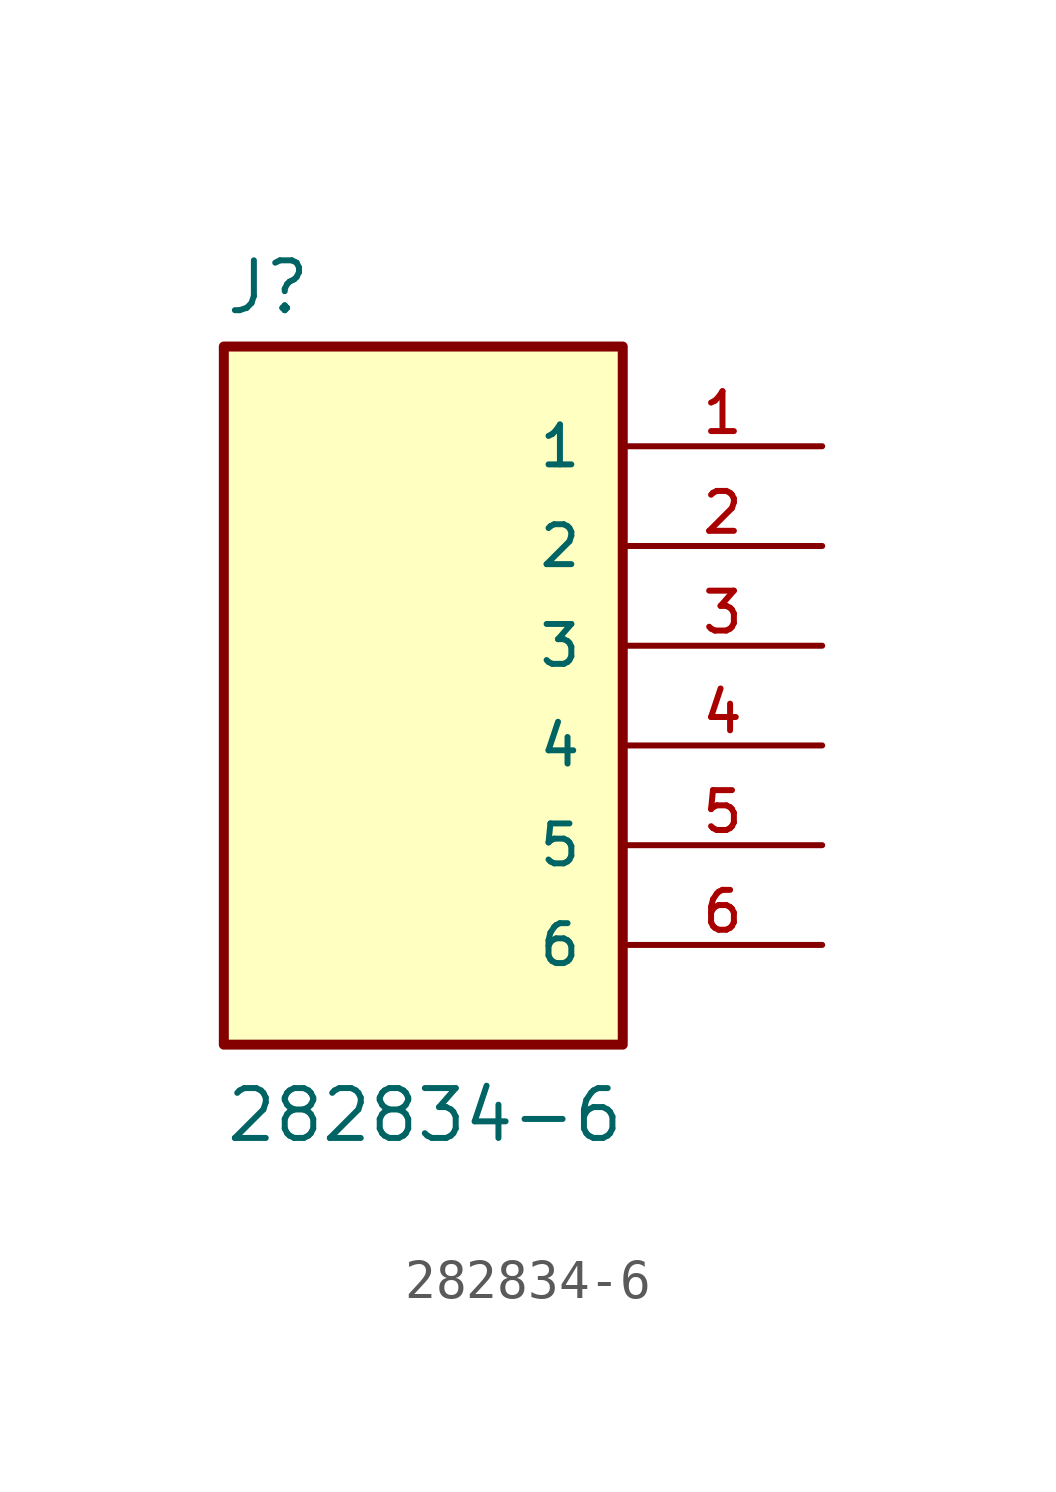
<source format=kicad_sym>
(kicad_symbol_lib
  (version 20211014)
  (generator kicad_symbol_editor)
  (symbol "282834-6"
    (pin_names
      (offset 1.016))
    (property "Reference" "J"
      (at -7.62 10.922 0)
      (effects (font (size 1.27 1.27)) (justify bottom left)))
    (property "Value" "282834-6"
      (at -7.62 -10.16 0)
      (effects (font (size 1.27 1.27)) (justify bottom left)))
    (symbol "282834-6_0_0"
      (rectangle (start -7.62 -7.62) (end 2.54 10.16) (stroke (width 0.254)) (fill (type background)))
      (pin passive line (at 7.62 7.62 180.0) (length 5.08) (name "1" (effects (font (size 1.016 1.016)))) (number "1" (effects (font (size 1.016 1.016)))))
      (pin passive line (at 7.62 5.08 180.0) (length 5.08) (name "2" (effects (font (size 1.016 1.016)))) (number "2" (effects (font (size 1.016 1.016)))))
      (pin passive line (at 7.62 2.54 180.0) (length 5.08) (name "3" (effects (font (size 1.016 1.016)))) (number "3" (effects (font (size 1.016 1.016)))))
      (pin passive line (at 7.62 0.0 180.0) (length 5.08) (name "4" (effects (font (size 1.016 1.016)))) (number "4" (effects (font (size 1.016 1.016)))))
      (pin passive line (at 7.62 -2.54 180.0) (length 5.08) (name "5" (effects (font (size 1.016 1.016)))) (number "5" (effects (font (size 1.016 1.016)))))
      (pin passive line (at 7.62 -5.08 180.0) (length 5.08) (name "6" (effects (font (size 1.016 1.016)))) (number "6" (effects (font (size 1.016 1.016))))))))
</source>
